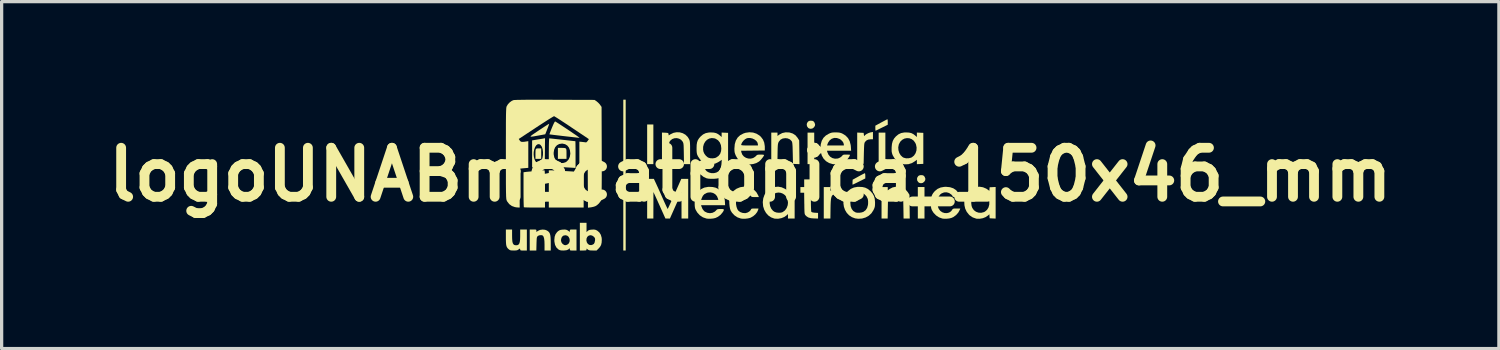
<source format=kicad_pcb>
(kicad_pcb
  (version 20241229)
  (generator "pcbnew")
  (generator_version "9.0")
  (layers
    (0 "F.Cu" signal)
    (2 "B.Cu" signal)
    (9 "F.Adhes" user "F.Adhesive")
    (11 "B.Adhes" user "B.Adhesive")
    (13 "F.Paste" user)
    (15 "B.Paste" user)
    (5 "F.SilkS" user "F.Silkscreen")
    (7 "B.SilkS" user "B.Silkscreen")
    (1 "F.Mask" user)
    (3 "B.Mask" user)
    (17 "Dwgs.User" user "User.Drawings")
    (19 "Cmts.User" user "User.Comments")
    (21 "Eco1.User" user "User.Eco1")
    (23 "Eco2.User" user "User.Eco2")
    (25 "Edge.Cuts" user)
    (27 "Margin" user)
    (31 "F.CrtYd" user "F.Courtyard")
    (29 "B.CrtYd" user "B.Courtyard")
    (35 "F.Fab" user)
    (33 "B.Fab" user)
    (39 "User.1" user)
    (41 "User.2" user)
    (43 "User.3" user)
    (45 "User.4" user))
  (footprint "logoUNABmecatronica_150x46_mm"
    (layer "F.Cu")
    (at 19.907 2.293)
    (property "Reference" "logoUNABmecatronica_150x46_mm" (at 0 0 0) (layer "F.SilkS") (effects (font (size 1.5 1.5) (thickness 0.3))))
    (attr board_only exclude_from_pos_files exclude_from_bom)
    (fp_poly (pts (xy -3.812 0.015) (xy -3.812 2.322) (xy -3.849 2.322) (xy -3.885 2.322) (xy -3.885 0.015) (xy -3.885 -2.293) (xy -3.849 -2.293) (xy -3.812 -2.293)) (stroke (width 0) (type solid)) (fill yes) (layer "F.SilkS"))
    (fp_poly (pts (xy -2.965 -0.927) (xy -2.965 -0.321) (xy -3.06 -0.321) (xy -3.155 -0.321) (xy -3.155 -0.927) (xy -3.155 -1.534) (xy -3.06 -1.534) (xy -2.965 -1.534)) (stroke (width 0) (type solid)) (fill yes) (layer "F.SilkS"))
    (fp_poly (pts (xy 1.957 -0.803) (xy 1.957 -0.321) (xy 1.855 -0.321) (xy 1.753 -0.321) (xy 1.753 -0.803) (xy 1.753 -1.285) (xy 1.855 -1.285) (xy 1.957 -1.285)) (stroke (width 0) (type solid)) (fill yes) (layer "F.SilkS"))
    (fp_poly (pts (xy 4.134 -0.803) (xy 4.134 -0.321) (xy 4.031 -0.321) (xy 3.929 -0.321) (xy 3.929 -0.803) (xy 3.929 -1.285) (xy 4.031 -1.285) (xy 4.134 -1.285)) (stroke (width 0) (type solid)) (fill yes) (layer "F.SilkS"))
    (fp_poly (pts (xy 5.331 0.862) (xy 5.331 1.344) (xy 5.229 1.344) (xy 5.127 1.344) (xy 5.127 0.862) (xy 5.127 0.38) (xy 5.229 0.38) (xy 5.331 0.38)) (stroke (width 0) (type solid)) (fill yes) (layer "F.SilkS"))
    (fp_poly (pts (xy -6.397 -0.643) (xy -6.397 -0.482) (xy -6.485 -0.482) (xy -6.573 -0.482) (xy -6.573 -0.634) (xy -6.572 -0.706) (xy -6.569 -0.754) (xy -6.559 -0.783) (xy -6.539 -0.798) (xy -6.507 -0.803) (xy -6.462 -0.803) (xy -6.397 -0.803)) (stroke (width 0) (type solid)) (fill yes) (layer "F.SilkS"))
    (fp_poly (pts (xy -5.788 -0.818) (xy -5.719 -0.817) (xy -5.672 -0.813) (xy -5.644 -0.801) (xy -5.629 -0.775) (xy -5.624 -0.731) (xy -5.623 -0.664) (xy -5.623 -0.641) (xy -5.623 -0.482) (xy -5.755 -0.482) (xy -5.886 -0.482) (xy -5.886 -0.65) (xy -5.886 -0.818)) (stroke (width 0) (type solid)) (fill yes) (layer "F.SilkS"))
    (fp_poly (pts (xy 1.906 -1.645) (xy 1.941 -1.625) (xy 1.965 -1.591) (xy 1.984 -1.538) (xy 1.978 -1.493) (xy 1.949 -1.447) (xy 1.903 -1.412) (xy 1.849 -1.401) (xy 1.797 -1.413) (xy 1.77 -1.432) (xy 1.735 -1.482) (xy 1.728 -1.54) (xy 1.738 -1.578) (xy 1.768 -1.624) (xy 1.813 -1.646) (xy 1.853 -1.65)) (stroke (width 0) (type solid)) (fill yes) (layer "F.SilkS"))
    (fp_poly (pts (xy 5.28 0.02) (xy 5.315 0.04) (xy 5.339 0.074) (xy 5.358 0.127) (xy 5.352 0.172) (xy 5.323 0.218) (xy 5.277 0.253) (xy 5.223 0.264) (xy 5.171 0.252) (xy 5.144 0.233) (xy 5.109 0.183) (xy 5.102 0.125) (xy 5.112 0.087) (xy 5.142 0.041) (xy 5.187 0.019) (xy 5.227 0.015)) (stroke (width 0) (type solid)) (fill yes) (layer "F.SilkS"))
    (fp_poly (pts (xy -6.078 -0.131) (xy -6.021 -0.128) (xy -5.945 -0.124) (xy -5.855 -0.12) (xy -5.754 -0.114) (xy -5.648 -0.108) (xy -5.543 -0.102) (xy -5.442 -0.096) (xy -5.35 -0.09) (xy -5.273 -0.085) (xy -5.215 -0.081) (xy -5.189 -0.079) (xy -5.098 -0.071) (xy -5.098 0.469) (xy -5.098 1.008) (xy -5.631 1.008) (xy -6.164 1.008) (xy -6.164 0.438) (xy -6.164 -0.131) (xy -6.11 -0.131)) (stroke (width 0) (type solid)) (fill yes) (layer "F.SilkS"))
    (fp_poly (pts (xy 3.514 -0.031) (xy 3.519 0.003) (xy 3.52 0.036) (xy 3.52 0.117) (xy 3.33 0.212) (xy 3.263 0.245) (xy 3.204 0.274) (xy 3.16 0.295) (xy 3.136 0.306) (xy 3.132 0.307) (xy 3.129 0.294) (xy 3.128 0.26) (xy 3.129 0.231) (xy 3.133 0.156) (xy 3.314 0.056) (xy 3.38 0.02) (xy 3.437 -0.01) (xy 3.48 -0.032) (xy 3.505 -0.043) (xy 3.508 -0.044)) (stroke (width 0) (type solid)) (fill yes) (layer "F.SilkS"))
    (fp_poly (pts (xy 4.202 -1.681) (xy 4.206 -1.647) (xy 4.207 -1.61) (xy 4.207 -1.526) (xy 4.024 -1.435) (xy 3.957 -1.402) (xy 3.901 -1.374) (xy 3.859 -1.354) (xy 3.836 -1.344) (xy 3.834 -1.344) (xy 3.83 -1.357) (xy 3.828 -1.391) (xy 3.827 -1.42) (xy 3.827 -1.497) (xy 4.008 -1.596) (xy 4.074 -1.631) (xy 4.13 -1.661) (xy 4.172 -1.683) (xy 4.195 -1.693) (xy 4.198 -1.694)) (stroke (width 0) (type solid)) (fill yes) (layer "F.SilkS"))
    (fp_poly (pts (xy -6.156 -1.542) (xy -6.168 -1.506) (xy -6.187 -1.453) (xy -6.21 -1.393) (xy -6.273 -1.234) (xy -6.449 -1.202) (xy -6.553 -1.183) (xy -6.633 -1.169) (xy -6.687 -1.162) (xy -6.717 -1.162) (xy -6.722 -1.172) (xy -6.703 -1.192) (xy -6.66 -1.225) (xy -6.592 -1.271) (xy -6.501 -1.332) (xy -6.464 -1.357) (xy -6.38 -1.412) (xy -6.305 -1.462) (xy -6.241 -1.503) (xy -6.193 -1.534) (xy -6.162 -1.552) (xy -6.153 -1.557)) (stroke (width 0) (type solid)) (fill yes) (layer "F.SilkS"))
    (fp_poly (pts (xy 2.74 0.38) (xy 2.745 0.415) (xy 2.743 0.471) (xy 2.739 0.577) (xy 2.658 0.586) (xy 2.602 0.593) (xy 2.557 0.605) (xy 2.523 0.623) (xy 2.498 0.652) (xy 2.481 0.695) (xy 2.469 0.755) (xy 2.462 0.835) (xy 2.458 0.938) (xy 2.456 1.033) (xy 2.452 1.344) (xy 2.351 1.344) (xy 2.249 1.344) (xy 2.249 0.862) (xy 2.249 0.38) (xy 2.352 0.38) (xy 2.454 0.38) (xy 2.454 0.439) (xy 2.454 0.499) (xy 2.513 0.448) (xy 2.561 0.415) (xy 2.615 0.388) (xy 2.636 0.381) (xy 2.691 0.368) (xy 2.724 0.366)) (stroke (width 0) (type solid)) (fill yes) (layer "F.SilkS"))
    (fp_poly (pts (xy 3.754 -1.192) (xy 3.754 -1.081) (xy 3.684 -1.081) (xy 3.611 -1.072) (xy 3.556 -1.046) (xy 3.514 -1.003) (xy 3.504 -0.988) (xy 3.496 -0.969) (xy 3.49 -0.943) (xy 3.486 -0.907) (xy 3.483 -0.855) (xy 3.48 -0.783) (xy 3.477 -0.688) (xy 3.476 -0.645) (xy 3.469 -0.329) (xy 3.37 -0.324) (xy 3.272 -0.32) (xy 3.272 -0.803) (xy 3.272 -1.287) (xy 3.37 -1.282) (xy 3.469 -1.278) (xy 3.476 -1.22) (xy 3.483 -1.185) (xy 3.49 -1.179) (xy 3.494 -1.186) (xy 3.516 -1.212) (xy 3.558 -1.241) (xy 3.61 -1.268) (xy 3.665 -1.288) (xy 3.692 -1.294) (xy 3.754 -1.304)) (stroke (width 0) (type solid)) (fill yes) (layer "F.SilkS"))
    (fp_poly (pts (xy -6.294 -0.126) (xy -6.29 -0.106) (xy -6.287 -0.071) (xy -6.285 -0.018) (xy -6.283 0.055) (xy -6.282 0.15) (xy -6.281 0.27) (xy -6.281 0.416) (xy -6.281 0.438) (xy -6.281 1.008) (xy -6.6 1.008) (xy -6.693 1.007) (xy -6.777 1.006) (xy -6.846 1.004) (xy -6.897 1.002) (xy -6.925 0.999) (xy -6.928 0.998) (xy -6.93 0.982) (xy -6.932 0.939) (xy -6.934 0.875) (xy -6.936 0.791) (xy -6.937 0.691) (xy -6.938 0.578) (xy -6.938 0.458) (xy -6.938 -0.072) (xy -6.89 -0.079) (xy -6.863 -0.083) (xy -6.813 -0.088) (xy -6.746 -0.094) (xy -6.669 -0.101) (xy -6.586 -0.109) (xy -6.503 -0.116) (xy -6.428 -0.122) (xy -6.364 -0.127) (xy -6.319 -0.131) (xy -6.299 -0.132)) (stroke (width 0) (type solid)) (fill yes) (layer "F.SilkS"))
    (fp_poly (pts (xy -5.955 -1.619) (xy -5.919 -1.597) (xy -5.867 -1.564) (xy -5.801 -1.521) (xy -5.727 -1.472) (xy -5.646 -1.419) (xy -5.564 -1.364) (xy -5.483 -1.31) (xy -5.408 -1.258) (xy -5.341 -1.213) (xy -5.287 -1.175) (xy -5.249 -1.147) (xy -5.23 -1.133) (xy -5.229 -1.131) (xy -5.228 -1.129) (xy -5.228 -1.127) (xy -5.232 -1.127) (xy -5.242 -1.127) (xy -5.261 -1.128) (xy -5.292 -1.131) (xy -5.338 -1.137) (xy -5.403 -1.144) (xy -5.488 -1.154) (xy -5.598 -1.166) (xy -5.703 -1.178) (xy -5.813 -1.191) (xy -5.913 -1.203) (xy -5.999 -1.213) (xy -6.069 -1.222) (xy -6.118 -1.228) (xy -6.143 -1.232) (xy -6.145 -1.232) (xy -6.141 -1.247) (xy -6.128 -1.283) (xy -6.108 -1.336) (xy -6.082 -1.402) (xy -6.07 -1.432) (xy -6.036 -1.512) (xy -6.008 -1.573) (xy -5.986 -1.612) (xy -5.972 -1.627) (xy -5.971 -1.627)) (stroke (width 0) (type solid)) (fill yes) (layer "F.SilkS"))
    (fp_poly (pts (xy -6.592 1.68) (xy -6.562 1.683) (xy -6.548 1.691) (xy -6.544 1.707) (xy -6.544 1.717) (xy -6.544 1.755) (xy -6.497 1.722) (xy -6.433 1.692) (xy -6.356 1.681) (xy -6.28 1.688) (xy -6.223 1.71) (xy -6.183 1.736) (xy -6.153 1.767) (xy -6.132 1.806) (xy -6.118 1.858) (xy -6.11 1.928) (xy -6.106 2.02) (xy -6.105 2.093) (xy -6.105 2.322) (xy -6.2 2.322) (xy -6.295 2.322) (xy -6.295 2.147) (xy -6.298 2.039) (xy -6.307 1.959) (xy -6.323 1.903) (xy -6.345 1.869) (xy -6.353 1.863) (xy -6.393 1.852) (xy -6.444 1.855) (xy -6.489 1.871) (xy -6.505 1.883) (xy -6.518 1.898) (xy -6.527 1.917) (xy -6.533 1.945) (xy -6.536 1.988) (xy -6.539 2.051) (xy -6.541 2.118) (xy -6.546 2.322) (xy -6.647 2.322) (xy -6.748 2.322) (xy -6.748 2.001) (xy -6.748 1.68) (xy -6.646 1.68)) (stroke (width 0) (type solid)) (fill yes) (layer "F.SilkS"))
    (fp_poly (pts (xy -6.284 -0.685) (xy -6.288 -0.256) (xy -6.361 -0.247) (xy -6.412 -0.241) (xy -6.479 -0.234) (xy -6.547 -0.228) (xy -6.554 -0.228) (xy -6.675 -0.217) (xy -6.675 -0.612) (xy -6.628 -0.612) (xy -6.62 -0.539) (xy -6.603 -0.473) (xy -6.579 -0.418) (xy -6.548 -0.378) (xy -6.511 -0.355) (xy -6.472 -0.353) (xy -6.429 -0.377) (xy -6.42 -0.386) (xy -6.384 -0.439) (xy -6.358 -0.512) (xy -6.344 -0.597) (xy -6.342 -0.686) (xy -6.352 -0.772) (xy -6.375 -0.847) (xy -6.381 -0.858) (xy -6.418 -0.909) (xy -6.46 -0.933) (xy -6.505 -0.929) (xy -6.548 -0.899) (xy -6.585 -0.842) (xy -6.586 -0.84) (xy -6.612 -0.766) (xy -6.626 -0.689) (xy -6.628 -0.612) (xy -6.675 -0.612) (xy -6.675 -0.632) (xy -6.675 -1.047) (xy -6.518 -1.073) (xy -6.449 -1.084) (xy -6.387 -1.094) (xy -6.341 -1.102) (xy -6.321 -1.106) (xy -6.28 -1.114)) (stroke (width 0) (type solid)) (fill yes) (layer "F.SilkS"))
    (fp_poly (pts (xy 1.19 -1.29) (xy 1.202 -1.288) (xy 1.301 -1.257) (xy 1.383 -1.204) (xy 1.448 -1.126) (xy 1.453 -1.118) (xy 1.497 -1.047) (xy 1.502 -0.683) (xy 1.506 -0.32) (xy 1.407 -0.324) (xy 1.307 -0.329) (xy 1.3 -0.657) (xy 1.297 -0.765) (xy 1.295 -0.848) (xy 1.291 -0.91) (xy 1.287 -0.955) (xy 1.282 -0.986) (xy 1.275 -1.008) (xy 1.266 -1.024) (xy 1.265 -1.027) (xy 1.213 -1.078) (xy 1.143 -1.108) (xy 1.073 -1.116) (xy 0.991 -1.104) (xy 0.924 -1.068) (xy 0.875 -1.009) (xy 0.87 -1.001) (xy 0.86 -0.979) (xy 0.852 -0.954) (xy 0.846 -0.924) (xy 0.842 -0.882) (xy 0.839 -0.824) (xy 0.837 -0.747) (xy 0.835 -0.646) (xy 0.835 -0.632) (xy 0.83 -0.321) (xy 0.736 -0.321) (xy 0.643 -0.321) (xy 0.643 -0.803) (xy 0.643 -1.285) (xy 0.738 -1.285) (xy 0.833 -1.285) (xy 0.833 -1.234) (xy 0.833 -1.183) (xy 0.892 -1.226) (xy 0.981 -1.273) (xy 1.082 -1.294)) (stroke (width 0) (type solid)) (fill yes) (layer "F.SilkS"))
    (fp_poly (pts (xy 1.855 0.263) (xy 1.855 0.38) (xy 1.965 0.38) (xy 2.074 0.38) (xy 2.074 0.467) (xy 2.074 0.555) (xy 1.965 0.555) (xy 1.855 0.555) (xy 1.855 0.836) (xy 1.856 0.925) (xy 1.858 1.004) (xy 1.861 1.07) (xy 1.864 1.116) (xy 1.869 1.138) (xy 1.869 1.139) (xy 1.893 1.153) (xy 1.945 1.163) (xy 1.978 1.166) (xy 2.074 1.172) (xy 2.074 1.258) (xy 2.074 1.344) (xy 1.983 1.342) (xy 1.924 1.339) (xy 1.869 1.335) (xy 1.84 1.33) (xy 1.774 1.31) (xy 1.722 1.276) (xy 1.694 1.249) (xy 1.683 1.236) (xy 1.674 1.222) (xy 1.667 1.203) (xy 1.662 1.176) (xy 1.659 1.137) (xy 1.657 1.081) (xy 1.655 1.004) (xy 1.654 0.903) (xy 1.653 0.883) (xy 1.649 0.555) (xy 1.591 0.555) (xy 1.534 0.555) (xy 1.534 0.467) (xy 1.534 0.38) (xy 1.592 0.38) (xy 1.65 0.38) (xy 1.65 0.263) (xy 1.65 0.146) (xy 1.753 0.146) (xy 1.855 0.146)) (stroke (width 0) (type solid)) (fill yes) (layer "F.SilkS"))
    (fp_poly (pts (xy 4.564 0.375) (xy 4.576 0.377) (xy 4.675 0.408) (xy 4.757 0.462) (xy 4.822 0.539) (xy 4.827 0.547) (xy 4.871 0.618) (xy 4.876 0.981) (xy 4.88 1.344) (xy 4.786 1.344) (xy 4.691 1.344) (xy 4.686 1.033) (xy 4.684 0.929) (xy 4.682 0.849) (xy 4.679 0.789) (xy 4.675 0.746) (xy 4.67 0.714) (xy 4.662 0.689) (xy 4.652 0.667) (xy 4.651 0.665) (xy 4.603 0.602) (xy 4.539 0.564) (xy 4.458 0.549) (xy 4.448 0.549) (xy 4.365 0.561) (xy 4.298 0.597) (xy 4.249 0.656) (xy 4.244 0.665) (xy 4.234 0.687) (xy 4.226 0.711) (xy 4.22 0.742) (xy 4.216 0.784) (xy 4.213 0.841) (xy 4.211 0.919) (xy 4.209 1.02) (xy 4.209 1.033) (xy 4.204 1.344) (xy 4.11 1.344) (xy 4.017 1.344) (xy 4.017 0.862) (xy 4.017 0.38) (xy 4.112 0.38) (xy 4.207 0.38) (xy 4.207 0.431) (xy 4.207 0.482) (xy 4.266 0.439) (xy 4.355 0.392) (xy 4.456 0.371)) (stroke (width 0) (type solid)) (fill yes) (layer "F.SilkS"))
    (fp_poly (pts (xy -7.288 1.86) (xy -7.286 1.964) (xy -7.28 2.042) (xy -7.267 2.097) (xy -7.246 2.133) (xy -7.217 2.154) (xy -7.177 2.161) (xy -7.164 2.162) (xy -7.122 2.157) (xy -7.09 2.14) (xy -7.067 2.109) (xy -7.052 2.059) (xy -7.043 1.987) (xy -7.04 1.891) (xy -7.04 1.86) (xy -7.04 1.68) (xy -6.938 1.68) (xy -6.836 1.68) (xy -6.836 2.001) (xy -6.836 2.322) (xy -6.938 2.322) (xy -6.992 2.322) (xy -7.022 2.318) (xy -7.036 2.31) (xy -7.04 2.295) (xy -7.04 2.293) (xy -7.044 2.269) (xy -7.049 2.264) (xy -7.065 2.272) (xy -7.093 2.292) (xy -7.095 2.293) (xy -7.122 2.31) (xy -7.159 2.319) (xy -7.213 2.322) (xy -7.238 2.322) (xy -7.296 2.321) (xy -7.335 2.316) (xy -7.364 2.304) (xy -7.392 2.283) (xy -7.422 2.255) (xy -7.444 2.224) (xy -7.46 2.187) (xy -7.47 2.138) (xy -7.475 2.073) (xy -7.478 1.987) (xy -7.478 1.914) (xy -7.478 1.68) (xy -7.383 1.68) (xy -7.288 1.68)) (stroke (width 0) (type solid)) (fill yes) (layer "F.SilkS"))
    (fp_poly (pts (xy -2.879 0.281) (xy -2.852 0.34) (xy -2.816 0.419) (xy -2.774 0.512) (xy -2.729 0.612) (xy -2.685 0.713) (xy -2.672 0.741) (xy -2.633 0.829) (xy -2.597 0.907) (xy -2.567 0.972) (xy -2.544 1.02) (xy -2.53 1.047) (xy -2.527 1.051) (xy -2.519 1.038) (xy -2.502 1.002) (xy -2.475 0.944) (xy -2.441 0.87) (xy -2.4 0.78) (xy -2.355 0.68) (xy -2.315 0.591) (xy -2.111 0.131) (xy -2.005 0.131) (xy -1.899 0.131) (xy -1.899 0.738) (xy -1.899 1.344) (xy -2.001 1.344) (xy -2.103 1.344) (xy -2.104 0.946) (xy -2.104 0.548) (xy -2.282 0.946) (xy -2.459 1.344) (xy -2.528 1.344) (xy -2.596 1.344) (xy -2.732 1.041) (xy -2.774 0.946) (xy -2.816 0.854) (xy -2.854 0.769) (xy -2.886 0.699) (xy -2.91 0.647) (xy -2.915 0.635) (xy -2.963 0.533) (xy -2.964 0.938) (xy -2.965 1.344) (xy -3.06 1.344) (xy -3.155 1.344) (xy -3.155 0.738) (xy -3.155 0.131) (xy -3.052 0.131) (xy -2.949 0.131)) (stroke (width 0) (type solid)) (fill yes) (layer "F.SilkS"))
    (fp_poly (pts (xy -2.157 -1.293) (xy -2.065 -1.267) (xy -1.982 -1.22) (xy -1.915 -1.154) (xy -1.875 -1.089) (xy -1.864 -1.064) (xy -1.856 -1.04) (xy -1.85 -1.013) (xy -1.846 -0.978) (xy -1.843 -0.931) (xy -1.841 -0.868) (xy -1.841 -0.784) (xy -1.841 -0.676) (xy -1.841 -0.668) (xy -1.84 -0.321) (xy -1.934 -0.321) (xy -2.028 -0.321) (xy -2.033 -0.639) (xy -2.035 -0.745) (xy -2.037 -0.826) (xy -2.039 -0.886) (xy -2.043 -0.929) (xy -2.048 -0.961) (xy -2.056 -0.984) (xy -2.065 -1.003) (xy -2.067 -1.007) (xy -2.115 -1.064) (xy -2.178 -1.1) (xy -2.248 -1.117) (xy -2.32 -1.113) (xy -2.387 -1.089) (xy -2.442 -1.045) (xy -2.463 -1.017) (xy -2.472 -0.999) (xy -2.479 -0.975) (xy -2.485 -0.943) (xy -2.489 -0.898) (xy -2.492 -0.836) (xy -2.495 -0.752) (xy -2.498 -0.65) (xy -2.505 -0.329) (xy -2.604 -0.324) (xy -2.702 -0.32) (xy -2.702 -0.803) (xy -2.702 -1.287) (xy -2.604 -1.282) (xy -2.551 -1.279) (xy -2.521 -1.274) (xy -2.507 -1.264) (xy -2.501 -1.247) (xy -2.5 -1.238) (xy -2.496 -1.199) (xy -2.442 -1.234) (xy -2.35 -1.278) (xy -2.254 -1.297)) (stroke (width 0) (type solid)) (fill yes) (layer "F.SilkS"))
    (fp_poly (pts (xy -5.01 1.617) (xy -5.01 1.758) (xy -4.973 1.723) (xy -4.943 1.702) (xy -4.904 1.689) (xy -4.846 1.683) (xy -4.842 1.682) (xy -4.785 1.681) (xy -4.744 1.686) (xy -4.706 1.702) (xy -4.683 1.714) (xy -4.618 1.769) (xy -4.572 1.843) (xy -4.547 1.933) (xy -4.543 1.993) (xy -4.548 2.082) (xy -4.565 2.153) (xy -4.598 2.212) (xy -4.638 2.258) (xy -4.702 2.322) (xy -4.818 2.322) (xy -4.881 2.321) (xy -4.923 2.315) (xy -4.953 2.304) (xy -4.971 2.292) (xy -5.01 2.262) (xy -5.01 2.292) (xy -5.012 2.308) (xy -5.024 2.317) (xy -5.051 2.321) (xy -5.1 2.322) (xy -5.112 2.322) (xy -5.214 2.322) (xy -5.214 2.015) (xy -5.015 2.015) (xy -5 2.073) (xy -4.969 2.12) (xy -4.925 2.15) (xy -4.871 2.157) (xy -4.865 2.156) (xy -4.821 2.142) (xy -4.786 2.12) (xy -4.786 2.12) (xy -4.764 2.081) (xy -4.751 2.022) (xy -4.75 2.018) (xy -4.748 1.971) (xy -4.755 1.941) (xy -4.774 1.914) (xy -4.788 1.899) (xy -4.84 1.864) (xy -4.894 1.854) (xy -4.945 1.868) (xy -4.986 1.903) (xy -5.008 1.95) (xy -5.015 2.015) (xy -5.214 2.015) (xy -5.214 1.899) (xy -5.214 1.475) (xy -5.112 1.475) (xy -5.01 1.475)) (stroke (width 0) (type solid)) (fill yes) (layer "F.SilkS"))
    (fp_poly (pts (xy 0.959 0.388) (xy 1.061 0.434) (xy 1.082 0.447) (xy 1.154 0.497) (xy 1.154 0.438) (xy 1.154 0.38) (xy 1.256 0.38) (xy 1.358 0.38) (xy 1.358 0.862) (xy 1.358 1.344) (xy 1.256 1.344) (xy 1.154 1.344) (xy 1.154 1.275) (xy 1.154 1.207) (xy 1.114 1.245) (xy 1.042 1.296) (xy 0.953 1.332) (xy 0.855 1.35) (xy 0.758 1.348) (xy 0.732 1.343) (xy 0.638 1.309) (xy 0.553 1.251) (xy 0.482 1.172) (xy 0.428 1.077) (xy 0.394 0.97) (xy 0.393 0.962) (xy 0.386 0.879) (xy 0.593 0.879) (xy 0.608 0.965) (xy 0.643 1.043) (xy 0.695 1.106) (xy 0.741 1.138) (xy 0.8 1.159) (xy 0.869 1.167) (xy 0.937 1.164) (xy 0.99 1.148) (xy 1.062 1.095) (xy 1.114 1.022) (xy 1.146 0.935) (xy 1.154 0.858) (xy 1.142 0.767) (xy 1.11 0.69) (xy 1.062 0.628) (xy 1.001 0.584) (xy 0.933 0.557) (xy 0.861 0.548) (xy 0.788 0.56) (xy 0.721 0.594) (xy 0.662 0.649) (xy 0.624 0.708) (xy 0.597 0.791) (xy 0.593 0.879) (xy 0.386 0.879) (xy 0.383 0.84) (xy 0.398 0.724) (xy 0.435 0.619) (xy 0.492 0.528) (xy 0.569 0.455) (xy 0.632 0.418) (xy 0.742 0.379) (xy 0.852 0.369)) (stroke (width 0) (type solid)) (fill yes) (layer "F.SilkS"))
    (fp_poly (pts (xy 7.121 0.387) (xy 7.221 0.429) (xy 7.256 0.452) (xy 7.316 0.496) (xy 7.32 0.441) (xy 7.325 0.387) (xy 7.416 0.383) (xy 7.508 0.378) (xy 7.508 0.862) (xy 7.508 1.345) (xy 7.416 1.341) (xy 7.325 1.336) (xy 7.32 1.275) (xy 7.316 1.213) (xy 7.277 1.249) (xy 7.204 1.299) (xy 7.116 1.334) (xy 7.02 1.351) (xy 6.927 1.349) (xy 6.909 1.345) (xy 6.806 1.309) (xy 6.713 1.246) (xy 6.691 1.224) (xy 6.623 1.138) (xy 6.577 1.041) (xy 6.553 0.936) (xy 6.55 0.869) (xy 6.761 0.869) (xy 6.772 0.959) (xy 6.794 1.019) (xy 6.842 1.088) (xy 6.907 1.136) (xy 6.984 1.164) (xy 7.066 1.168) (xy 7.147 1.148) (xy 7.18 1.132) (xy 7.244 1.078) (xy 7.289 1.006) (xy 7.313 0.918) (xy 7.315 0.843) (xy 7.298 0.743) (xy 7.259 0.662) (xy 7.199 0.602) (xy 7.118 0.561) (xy 7.096 0.554) (xy 7.029 0.549) (xy 6.955 0.563) (xy 6.888 0.592) (xy 6.847 0.624) (xy 6.8 0.693) (xy 6.771 0.777) (xy 6.761 0.869) (xy 6.55 0.869) (xy 6.548 0.828) (xy 6.564 0.722) (xy 6.6 0.623) (xy 6.654 0.534) (xy 6.726 0.461) (xy 6.796 0.417) (xy 6.904 0.38) (xy 7.014 0.37)) (stroke (width 0) (type solid)) (fill yes) (layer "F.SilkS"))
    (fp_poly (pts (xy -6.133 -1.108) (xy -6.09 -1.104) (xy -6.026 -1.097) (xy -5.945 -1.088) (xy -5.851 -1.078) (xy -5.747 -1.066) (xy -5.644 -1.055) (xy -5.551 -1.044) (xy -5.471 -1.035) (xy -5.409 -1.028) (xy -5.368 -1.024) (xy -5.352 -1.022) (xy -5.352 -1.022) (xy -5.35 -1.008) (xy -5.349 -0.969) (xy -5.348 -0.908) (xy -5.347 -0.828) (xy -5.346 -0.734) (xy -5.346 -0.63) (xy -5.346 -0.613) (xy -5.346 -0.204) (xy -5.379 -0.207) (xy -5.402 -0.208) (xy -5.45 -0.211) (xy -5.518 -0.215) (xy -5.603 -0.22) (xy -5.7 -0.226) (xy -5.788 -0.231) (xy -6.164 -0.253) (xy -6.164 -0.67) (xy -6.016 -0.67) (xy -6.015 -0.62) (xy -5.997 -0.527) (xy -5.956 -0.449) (xy -5.894 -0.39) (xy -5.872 -0.377) (xy -5.804 -0.355) (xy -5.729 -0.355) (xy -5.657 -0.376) (xy -5.619 -0.399) (xy -5.56 -0.461) (xy -5.522 -0.541) (xy -5.507 -0.634) (xy -5.506 -0.648) (xy -5.518 -0.745) (xy -5.549 -0.827) (xy -5.599 -0.89) (xy -5.665 -0.931) (xy -5.746 -0.949) (xy -5.762 -0.949) (xy -5.845 -0.937) (xy -5.914 -0.9) (xy -5.967 -0.842) (xy -6.001 -0.764) (xy -6.016 -0.67) (xy -6.164 -0.67) (xy -6.164 -0.681) (xy -6.163 -0.8) (xy -6.162 -0.903) (xy -6.16 -0.989) (xy -6.157 -1.054) (xy -6.154 -1.095) (xy -6.15 -1.11) (xy -6.15 -1.11)) (stroke (width 0) (type solid)) (fill yes) (layer "F.SilkS"))
    (fp_poly (pts (xy -5.317 2.001) (xy -5.317 2.322) (xy -5.419 2.322) (xy -5.472 2.322) (xy -5.503 2.319) (xy -5.517 2.311) (xy -5.521 2.295) (xy -5.521 2.282) (xy -5.525 2.258) (xy -5.532 2.257) (xy -5.532 2.257) (xy -5.57 2.293) (xy -5.626 2.314) (xy -5.704 2.322) (xy -5.718 2.322) (xy -5.779 2.32) (xy -5.822 2.313) (xy -5.857 2.297) (xy -5.874 2.286) (xy -5.934 2.228) (xy -5.974 2.149) (xy -5.993 2.051) (xy -5.995 2.004) (xy -5.793 2.004) (xy -5.78 2.068) (xy -5.743 2.12) (xy -5.737 2.125) (xy -5.69 2.155) (xy -5.645 2.159) (xy -5.595 2.14) (xy -5.553 2.105) (xy -5.53 2.056) (xy -5.524 2.002) (xy -5.535 1.948) (xy -5.561 1.901) (xy -5.601 1.868) (xy -5.653 1.855) (xy -5.654 1.855) (xy -5.714 1.865) (xy -5.756 1.898) (xy -5.778 1.937) (xy -5.793 2.004) (xy -5.995 2.004) (xy -5.995 2.001) (xy -5.986 1.902) (xy -5.958 1.822) (xy -5.91 1.757) (xy -5.877 1.728) (xy -5.839 1.704) (xy -5.798 1.69) (xy -5.741 1.683) (xy -5.727 1.682) (xy -5.671 1.681) (xy -5.633 1.686) (xy -5.6 1.699) (xy -5.576 1.714) (xy -5.521 1.752) (xy -5.521 1.716) (xy -5.52 1.697) (xy -5.511 1.686) (xy -5.488 1.681) (xy -5.445 1.68) (xy -5.419 1.68) (xy -5.317 1.68)) (stroke (width 0) (type solid)) (fill yes) (layer "F.SilkS"))
    (fp_poly (pts (xy 3.429 0.379) (xy 3.517 0.399) (xy 3.594 0.437) (xy 3.667 0.495) (xy 3.682 0.51) (xy 3.744 0.582) (xy 3.785 0.657) (xy 3.809 0.741) (xy 3.818 0.844) (xy 3.818 0.871) (xy 3.816 0.937) (xy 3.81 0.986) (xy 3.795 1.032) (xy 3.77 1.086) (xy 3.708 1.182) (xy 3.626 1.258) (xy 3.529 1.312) (xy 3.42 1.344) (xy 3.304 1.351) (xy 3.21 1.339) (xy 3.109 1.302) (xy 3.022 1.244) (xy 2.952 1.169) (xy 2.899 1.08) (xy 2.865 0.982) (xy 2.85 0.878) (xy 2.851 0.862) (xy 3.062 0.862) (xy 3.072 0.965) (xy 3.103 1.05) (xy 3.153 1.114) (xy 3.223 1.156) (xy 3.228 1.158) (xy 3.278 1.167) (xy 3.343 1.167) (xy 3.408 1.157) (xy 3.461 1.14) (xy 3.462 1.139) (xy 3.53 1.089) (xy 3.576 1.019) (xy 3.601 0.93) (xy 3.605 0.89) (xy 3.606 0.83) (xy 3.601 0.773) (xy 3.593 0.739) (xy 3.554 0.661) (xy 3.495 0.601) (xy 3.423 0.562) (xy 3.342 0.547) (xy 3.266 0.557) (xy 3.184 0.59) (xy 3.124 0.642) (xy 3.084 0.712) (xy 3.064 0.804) (xy 3.062 0.862) (xy 2.851 0.862) (xy 2.855 0.773) (xy 2.882 0.671) (xy 2.932 0.575) (xy 2.989 0.506) (xy 3.075 0.438) (xy 3.171 0.395) (xy 3.281 0.375) (xy 3.321 0.374)) (stroke (width 0) (type solid)) (fill yes) (layer "F.SilkS"))
    (fp_poly (pts (xy 4.858 -1.286) (xy 4.929 -1.27) (xy 4.99 -1.239) (xy 5.044 -1.198) (xy 5.098 -1.151) (xy 5.098 -1.219) (xy 5.098 -1.287) (xy 5.196 -1.282) (xy 5.295 -1.278) (xy 5.295 -0.803) (xy 5.295 -0.329) (xy 5.196 -0.324) (xy 5.098 -0.32) (xy 5.098 -0.388) (xy 5.098 -0.455) (xy 5.04 -0.41) (xy 4.944 -0.352) (xy 4.838 -0.319) (xy 4.727 -0.315) (xy 4.676 -0.322) (xy 4.579 -0.356) (xy 4.491 -0.415) (xy 4.417 -0.494) (xy 4.361 -0.588) (xy 4.351 -0.612) (xy 4.336 -0.659) (xy 4.327 -0.705) (xy 4.325 -0.761) (xy 4.326 -0.833) (xy 4.326 -0.835) (xy 4.528 -0.835) (xy 4.534 -0.747) (xy 4.559 -0.664) (xy 4.602 -0.592) (xy 4.66 -0.537) (xy 4.696 -0.517) (xy 4.767 -0.499) (xy 4.846 -0.5) (xy 4.921 -0.519) (xy 4.944 -0.53) (xy 5.01 -0.583) (xy 5.058 -0.655) (xy 5.085 -0.738) (xy 5.09 -0.828) (xy 5.072 -0.919) (xy 5.052 -0.966) (xy 5.003 -1.037) (xy 4.94 -1.085) (xy 4.868 -1.112) (xy 4.792 -1.117) (xy 4.717 -1.102) (xy 4.649 -1.065) (xy 4.591 -1.009) (xy 4.549 -0.933) (xy 4.545 -0.922) (xy 4.528 -0.835) (xy 4.326 -0.835) (xy 4.336 -0.94) (xy 4.36 -1.028) (xy 4.399 -1.102) (xy 4.455 -1.168) (xy 4.533 -1.232) (xy 4.617 -1.272) (xy 4.715 -1.29) (xy 4.769 -1.291)) (stroke (width 0) (type solid)) (fill yes) (layer "F.SilkS"))
    (fp_poly (pts (xy -0.074 0.377) (xy 0.028 0.41) (xy 0.117 0.466) (xy 0.19 0.543) (xy 0.242 0.635) (xy 0.263 0.686) (xy 0.15 0.686) (xy 0.093 0.686) (xy 0.057 0.683) (xy 0.036 0.674) (xy 0.021 0.659) (xy 0.012 0.644) (xy -0.033 0.592) (xy -0.097 0.557) (xy -0.171 0.542) (xy -0.248 0.549) (xy -0.268 0.554) (xy -0.325 0.586) (xy -0.376 0.638) (xy -0.413 0.7) (xy -0.423 0.726) (xy -0.437 0.811) (xy -0.436 0.901) (xy -0.421 0.986) (xy -0.394 1.06) (xy -0.362 1.106) (xy -0.307 1.146) (xy -0.235 1.172) (xy -0.16 1.179) (xy -0.139 1.177) (xy -0.08 1.159) (xy -0.027 1.127) (xy 0.011 1.088) (xy 0.022 1.066) (xy 0.03 1.051) (xy 0.047 1.042) (xy 0.08 1.038) (xy 0.134 1.037) (xy 0.141 1.037) (xy 0.251 1.037) (xy 0.242 1.076) (xy 0.211 1.145) (xy 0.159 1.213) (xy 0.091 1.272) (xy 0.014 1.316) (xy -0.011 1.326) (xy -0.077 1.341) (xy -0.156 1.35) (xy -0.235 1.35) (xy -0.287 1.344) (xy -0.391 1.308) (xy -0.483 1.247) (xy -0.559 1.166) (xy -0.601 1.098) (xy -0.62 1.04) (xy -0.633 0.964) (xy -0.641 0.879) (xy -0.642 0.796) (xy -0.636 0.724) (xy -0.628 0.692) (xy -0.58 0.585) (xy -0.51 0.498) (xy -0.421 0.432) (xy -0.314 0.388) (xy -0.304 0.385) (xy -0.186 0.368)) (stroke (width 0) (type solid)) (fill yes) (layer "F.SilkS"))
    (fp_poly (pts (xy 6.11 0.385) (xy 6.213 0.419) (xy 6.298 0.475) (xy 6.365 0.555) (xy 6.412 0.65) (xy 6.426 0.686) (xy 6.309 0.686) (xy 6.247 0.685) (xy 6.21 0.681) (xy 6.194 0.672) (xy 6.193 0.667) (xy 6.183 0.645) (xy 6.159 0.616) (xy 6.153 0.61) (xy 6.084 0.563) (xy 6.007 0.541) (xy 5.929 0.545) (xy 5.854 0.575) (xy 5.81 0.609) (xy 5.768 0.667) (xy 5.741 0.744) (xy 5.728 0.831) (xy 5.731 0.92) (xy 5.75 1.005) (xy 5.771 1.054) (xy 5.818 1.113) (xy 5.879 1.154) (xy 5.947 1.176) (xy 6.018 1.178) (xy 6.085 1.161) (xy 6.143 1.123) (xy 6.176 1.08) (xy 6.19 1.058) (xy 6.206 1.046) (xy 6.231 1.039) (xy 6.273 1.037) (xy 6.313 1.037) (xy 6.426 1.037) (xy 6.411 1.077) (xy 6.365 1.162) (xy 6.297 1.238) (xy 6.216 1.298) (xy 6.153 1.326) (xy 6.086 1.342) (xy 6.007 1.35) (xy 5.929 1.35) (xy 5.876 1.344) (xy 5.776 1.308) (xy 5.685 1.248) (xy 5.608 1.168) (xy 5.567 1.104) (xy 5.55 1.069) (xy 5.539 1.037) (xy 5.532 1) (xy 5.529 0.951) (xy 5.528 0.882) (xy 5.528 0.862) (xy 5.531 0.762) (xy 5.542 0.684) (xy 5.563 0.621) (xy 5.597 0.564) (xy 5.645 0.507) (xy 5.649 0.503) (xy 5.73 0.437) (xy 5.824 0.395) (xy 5.934 0.375) (xy 5.989 0.373)) (stroke (width 0) (type solid)) (fill yes) (layer "F.SilkS"))
    (fp_poly (pts (xy -1.151 0.379) (xy -1.062 0.399) (xy -0.983 0.437) (xy -0.941 0.465) (xy -0.868 0.536) (xy -0.817 0.622) (xy -0.787 0.725) (xy -0.777 0.811) (xy -0.77 0.935) (xy -1.138 0.935) (xy -1.506 0.935) (xy -1.496 0.968) (xy -1.461 1.053) (xy -1.413 1.114) (xy -1.389 1.133) (xy -1.313 1.168) (xy -1.232 1.18) (xy -1.155 1.168) (xy -1.086 1.133) (xy -1.053 1.103) (xy -1.028 1.076) (xy -1.006 1.061) (xy -0.976 1.054) (xy -0.93 1.052) (xy -0.906 1.052) (xy -0.847 1.053) (xy -0.814 1.061) (xy -0.806 1.079) (xy -0.819 1.113) (xy -0.849 1.159) (xy -0.91 1.231) (xy -0.988 1.29) (xy -1.063 1.326) (xy -1.13 1.342) (xy -1.211 1.35) (xy -1.29 1.35) (xy -1.341 1.344) (xy -1.449 1.307) (xy -1.543 1.245) (xy -1.621 1.16) (xy -1.668 1.081) (xy -1.684 1.045) (xy -1.693 1.006) (xy -1.699 0.958) (xy -1.701 0.891) (xy -1.701 0.862) (xy -1.698 0.774) (xy -1.503 0.774) (xy -1.241 0.774) (xy -0.978 0.774) (xy -0.988 0.734) (xy -1.019 0.659) (xy -1.071 0.6) (xy -1.139 0.561) (xy -1.216 0.543) (xy -1.299 0.55) (xy -1.334 0.561) (xy -1.403 0.597) (xy -1.451 0.649) (xy -1.481 0.712) (xy -1.503 0.774) (xy -1.698 0.774) (xy -1.698 0.763) (xy -1.686 0.686) (xy -1.662 0.62) (xy -1.624 0.56) (xy -1.585 0.514) (xy -1.503 0.443) (xy -1.406 0.397) (xy -1.295 0.376) (xy -1.259 0.374)) (stroke (width 0) (type solid)) (fill yes) (layer "F.SilkS"))
    (fp_poly (pts (xy 2.685 -1.29) (xy 2.738 -1.283) (xy 2.784 -1.27) (xy 2.819 -1.255) (xy 2.916 -1.195) (xy 2.991 -1.117) (xy 3.043 -1.02) (xy 3.073 -0.904) (xy 3.079 -0.844) (xy 3.086 -0.73) (xy 2.717 -0.73) (xy 2.348 -0.73) (xy 2.358 -0.69) (xy 2.392 -0.611) (xy 2.445 -0.548) (xy 2.513 -0.506) (xy 2.591 -0.487) (xy 2.674 -0.492) (xy 2.711 -0.504) (xy 2.758 -0.528) (xy 2.798 -0.56) (xy 2.808 -0.571) (xy 2.826 -0.593) (xy 2.846 -0.606) (xy 2.875 -0.612) (xy 2.922 -0.613) (xy 2.946 -0.613) (xy 2.998 -0.612) (xy 3.035 -0.61) (xy 3.052 -0.606) (xy 3.053 -0.606) (xy 3.043 -0.577) (xy 3.02 -0.535) (xy 2.987 -0.489) (xy 2.95 -0.447) (xy 2.935 -0.432) (xy 2.842 -0.367) (xy 2.736 -0.327) (xy 2.62 -0.313) (xy 2.524 -0.321) (xy 2.414 -0.354) (xy 2.32 -0.41) (xy 2.245 -0.486) (xy 2.19 -0.58) (xy 2.157 -0.691) (xy 2.147 -0.801) (xy 2.154 -0.891) (xy 2.35 -0.891) (xy 2.606 -0.891) (xy 2.863 -0.891) (xy 2.863 -0.925) (xy 2.85 -0.974) (xy 2.816 -1.025) (xy 2.767 -1.07) (xy 2.732 -1.092) (xy 2.647 -1.121) (xy 2.566 -1.122) (xy 2.492 -1.097) (xy 2.429 -1.048) (xy 2.38 -0.976) (xy 2.36 -0.924) (xy 2.35 -0.891) (xy 2.154 -0.891) (xy 2.157 -0.929) (xy 2.188 -1.036) (xy 2.239 -1.125) (xy 2.313 -1.197) (xy 2.391 -1.244) (xy 2.444 -1.269) (xy 2.488 -1.283) (xy 2.533 -1.29) (xy 2.593 -1.292) (xy 2.614 -1.292)) (stroke (width 0) (type solid)) (fill yes) (layer "F.SilkS"))
    (fp_poly (pts (xy 0.087 -1.287) (xy 0.192 -1.252) (xy 0.285 -1.194) (xy 0.326 -1.156) (xy 0.389 -1.072) (xy 0.427 -0.98) (xy 0.444 -0.873) (xy 0.445 -0.841) (xy 0.445 -0.738) (xy 0.082 -0.734) (xy -0.281 -0.73) (xy -0.272 -0.684) (xy -0.244 -0.612) (xy -0.196 -0.555) (xy -0.133 -0.515) (xy -0.061 -0.492) (xy 0.014 -0.489) (xy 0.087 -0.507) (xy 0.151 -0.547) (xy 0.168 -0.564) (xy 0.194 -0.59) (xy 0.217 -0.605) (xy 0.247 -0.611) (xy 0.293 -0.613) (xy 0.319 -0.613) (xy 0.37 -0.612) (xy 0.407 -0.607) (xy 0.423 -0.601) (xy 0.424 -0.601) (xy 0.414 -0.575) (xy 0.389 -0.535) (xy 0.354 -0.49) (xy 0.316 -0.445) (xy 0.278 -0.409) (xy 0.266 -0.399) (xy 0.185 -0.353) (xy 0.089 -0.324) (xy -0.013 -0.312) (xy -0.111 -0.321) (xy -0.224 -0.358) (xy -0.32 -0.418) (xy -0.396 -0.5) (xy -0.445 -0.586) (xy -0.466 -0.639) (xy -0.479 -0.686) (xy -0.484 -0.74) (xy -0.485 -0.802) (xy -0.476 -0.906) (xy -0.278 -0.906) (xy -0.263 -0.9) (xy -0.221 -0.895) (xy -0.151 -0.892) (xy -0.055 -0.891) (xy -0.022 -0.891) (xy 0.234 -0.891) (xy 0.234 -0.925) (xy 0.22 -0.982) (xy 0.183 -1.033) (xy 0.129 -1.075) (xy 0.064 -1.106) (xy -0.007 -1.121) (xy -0.078 -1.119) (xy -0.112 -1.109) (xy -0.163 -1.08) (xy -0.212 -1.035) (xy -0.251 -0.982) (xy -0.274 -0.931) (xy -0.278 -0.906) (xy -0.476 -0.906) (xy -0.474 -0.932) (xy -0.441 -1.042) (xy -0.386 -1.134) (xy -0.309 -1.206) (xy -0.21 -1.258) (xy -0.144 -1.28) (xy -0.027 -1.296)) (stroke (width 0) (type solid)) (fill yes) (layer "F.SilkS"))
    (fp_poly (pts (xy -1.116 -1.286) (xy -1.045 -1.27) (xy -0.983 -1.239) (xy -0.93 -1.198) (xy -0.876 -1.151) (xy -0.876 -1.219) (xy -0.876 -1.287) (xy -0.778 -1.282) (xy -0.679 -1.278) (xy -0.679 -0.738) (xy -0.679 -0.197) (xy -0.717 -0.117) (xy -0.778 -0.019) (xy -0.859 0.058) (xy -0.913 0.092) (xy -0.962 0.109) (xy -1.031 0.121) (xy -1.111 0.128) (xy -1.193 0.129) (xy -1.269 0.125) (xy -1.33 0.114) (xy -1.338 0.112) (xy -1.431 0.068) (xy -1.509 0.007) (xy -1.565 -0.068) (xy -1.569 -0.076) (xy -1.596 -0.134) (xy -1.607 -0.171) (xy -1.598 -0.192) (xy -1.569 -0.202) (xy -1.517 -0.204) (xy -1.508 -0.204) (xy -1.455 -0.203) (xy -1.423 -0.198) (xy -1.402 -0.187) (xy -1.386 -0.165) (xy -1.38 -0.157) (xy -1.33 -0.101) (xy -1.264 -0.064) (xy -1.189 -0.045) (xy -1.112 -0.045) (xy -1.038 -0.063) (xy -0.974 -0.099) (xy -0.925 -0.153) (xy -0.917 -0.167) (xy -0.897 -0.226) (xy -0.883 -0.306) (xy -0.88 -0.339) (xy -0.872 -0.454) (xy -0.958 -0.395) (xy -1.058 -0.343) (xy -1.162 -0.317) (xy -1.265 -0.318) (xy -1.365 -0.343) (xy -1.456 -0.393) (xy -1.536 -0.465) (xy -1.6 -0.559) (xy -1.612 -0.584) (xy -1.627 -0.62) (xy -1.636 -0.66) (xy -1.641 -0.71) (xy -1.643 -0.762) (xy -1.443 -0.762) (xy -1.431 -0.697) (xy -1.404 -0.638) (xy -1.36 -0.58) (xy -1.308 -0.534) (xy -1.278 -0.517) (xy -1.218 -0.501) (xy -1.147 -0.498) (xy -1.081 -0.508) (xy -1.047 -0.52) (xy -0.972 -0.571) (xy -0.921 -0.636) (xy -0.893 -0.719) (xy -0.886 -0.803) (xy -0.898 -0.901) (xy -0.932 -0.985) (xy -0.986 -1.051) (xy -1.059 -1.097) (xy -1.096 -1.11) (xy -1.18 -1.119) (xy -1.257 -1.103) (xy -1.324 -1.065) (xy -1.379 -1.008) (xy -1.419 -0.937) (xy -1.442 -0.853) (xy -1.443 -0.762) (xy -1.643 -0.762) (xy -1.643 -0.778) (xy -1.643 -0.811) (xy -1.64 -0.91) (xy -1.627 -0.989) (xy -1.604 -1.054) (xy -1.566 -1.113) (xy -1.52 -1.166) (xy -1.444 -1.23) (xy -1.361 -1.27) (xy -1.264 -1.289) (xy -1.205 -1.291)) (stroke (width 0) (type solid)) (fill yes) (layer "F.SilkS"))
    (fp_poly (pts (xy -6.214 -2.291) (xy -5.979 -2.29) (xy -4.764 -2.286) (xy -4.701 -2.242) (xy -4.653 -2.201) (xy -4.607 -2.152) (xy -4.594 -2.134) (xy -4.55 -2.072) (xy -4.545 -0.682) (xy -4.545 -0.421) (xy -4.544 -0.189) (xy -4.544 0.015) (xy -4.545 0.193) (xy -4.546 0.345) (xy -4.547 0.472) (xy -4.548 0.575) (xy -4.55 0.656) (xy -4.552 0.714) (xy -4.555 0.75) (xy -4.557 0.764) (xy -4.586 0.825) (xy -4.634 0.885) (xy -4.692 0.937) (xy -4.741 0.966) (xy -4.791 0.983) (xy -4.852 0.997) (xy -4.883 1.002) (xy -4.966 1.012) (xy -4.97 0.415) (xy -4.973 -0.183) (xy -5.039 -0.186) (xy -5.098 -0.191) (xy -5.157 -0.197) (xy -5.167 -0.198) (xy -5.229 -0.206) (xy -5.229 -0.608) (xy -5.229 -1.009) (xy -5.138 -1) (xy -5.087 -0.994) (xy -5.047 -0.989) (xy -5.028 -0.985) (xy -5.01 -0.993) (xy -4.985 -1.018) (xy -4.974 -1.033) (xy -4.938 -1.086) (xy -5.46 -1.436) (xy -5.57 -1.51) (xy -5.674 -1.579) (xy -5.768 -1.64) (xy -5.85 -1.694) (xy -5.917 -1.737) (xy -5.967 -1.767) (xy -5.996 -1.785) (xy -6.003 -1.788) (xy -6.02 -1.78) (xy -6.058 -1.758) (xy -6.115 -1.723) (xy -6.189 -1.677) (xy -6.276 -1.621) (xy -6.375 -1.557) (xy -6.483 -1.487) (xy -6.554 -1.44) (xy -7.084 -1.091) (xy -7.055 -1.046) (xy -7.034 -1.02) (xy -7.007 -1.005) (xy -6.969 -1.001) (xy -6.912 -1.005) (xy -6.861 -1.013) (xy -6.792 -1.024) (xy -6.792 -0.616) (xy -6.792 -0.207) (xy -6.905 -0.197) (xy -6.961 -0.192) (xy -7.007 -0.187) (xy -7.034 -0.183) (xy -7.036 -0.182) (xy -7.041 -0.174) (xy -7.045 -0.153) (xy -7.048 -0.116) (xy -7.051 -0.061) (xy -7.053 0.014) (xy -7.054 0.111) (xy -7.054 0.233) (xy -7.055 0.381) (xy -7.055 0.416) (xy -7.055 1.008) (xy -7.102 1.006) (xy -7.152 1.002) (xy -7.201 0.994) (xy -7.294 0.961) (xy -7.373 0.904) (xy -7.434 0.827) (xy -7.451 0.796) (xy -7.455 0.785) (xy -7.459 0.772) (xy -7.463 0.755) (xy -7.466 0.731) (xy -7.468 0.7) (xy -7.471 0.66) (xy -7.472 0.608) (xy -7.474 0.544) (xy -7.475 0.464) (xy -7.476 0.368) (xy -7.477 0.253) (xy -7.477 0.118) (xy -7.477 -0.039) (xy -7.478 -0.22) (xy -7.478 -0.427) (xy -7.478 -0.65) (xy -7.478 -0.883) (xy -7.478 -1.089) (xy -7.477 -1.269) (xy -7.477 -1.425) (xy -7.477 -1.559) (xy -7.476 -1.673) (xy -7.475 -1.768) (xy -7.474 -1.847) (xy -7.472 -1.912) (xy -7.47 -1.963) (xy -7.468 -2.003) (xy -7.466 -2.033) (xy -7.463 -2.056) (xy -7.459 -2.073) (xy -7.455 -2.086) (xy -7.451 -2.096) (xy -7.413 -2.156) (xy -7.359 -2.212) (xy -7.297 -2.257) (xy -7.249 -2.278) (xy -7.227 -2.282) (xy -7.184 -2.284) (xy -7.119 -2.287) (xy -7.031 -2.288) (xy -6.919 -2.29) (xy -6.782 -2.291) (xy -6.62 -2.291) (xy -6.431 -2.291)) (stroke (width 0) (type solid)) (fill yes) (layer "F.SilkS")))
  (gr_rect
    (start -3 -3)
    (end 42.814 7.616)
    (stroke (width 0.1) (type default))
    (fill no)
    (layer "Edge.Cuts")))
</source>
